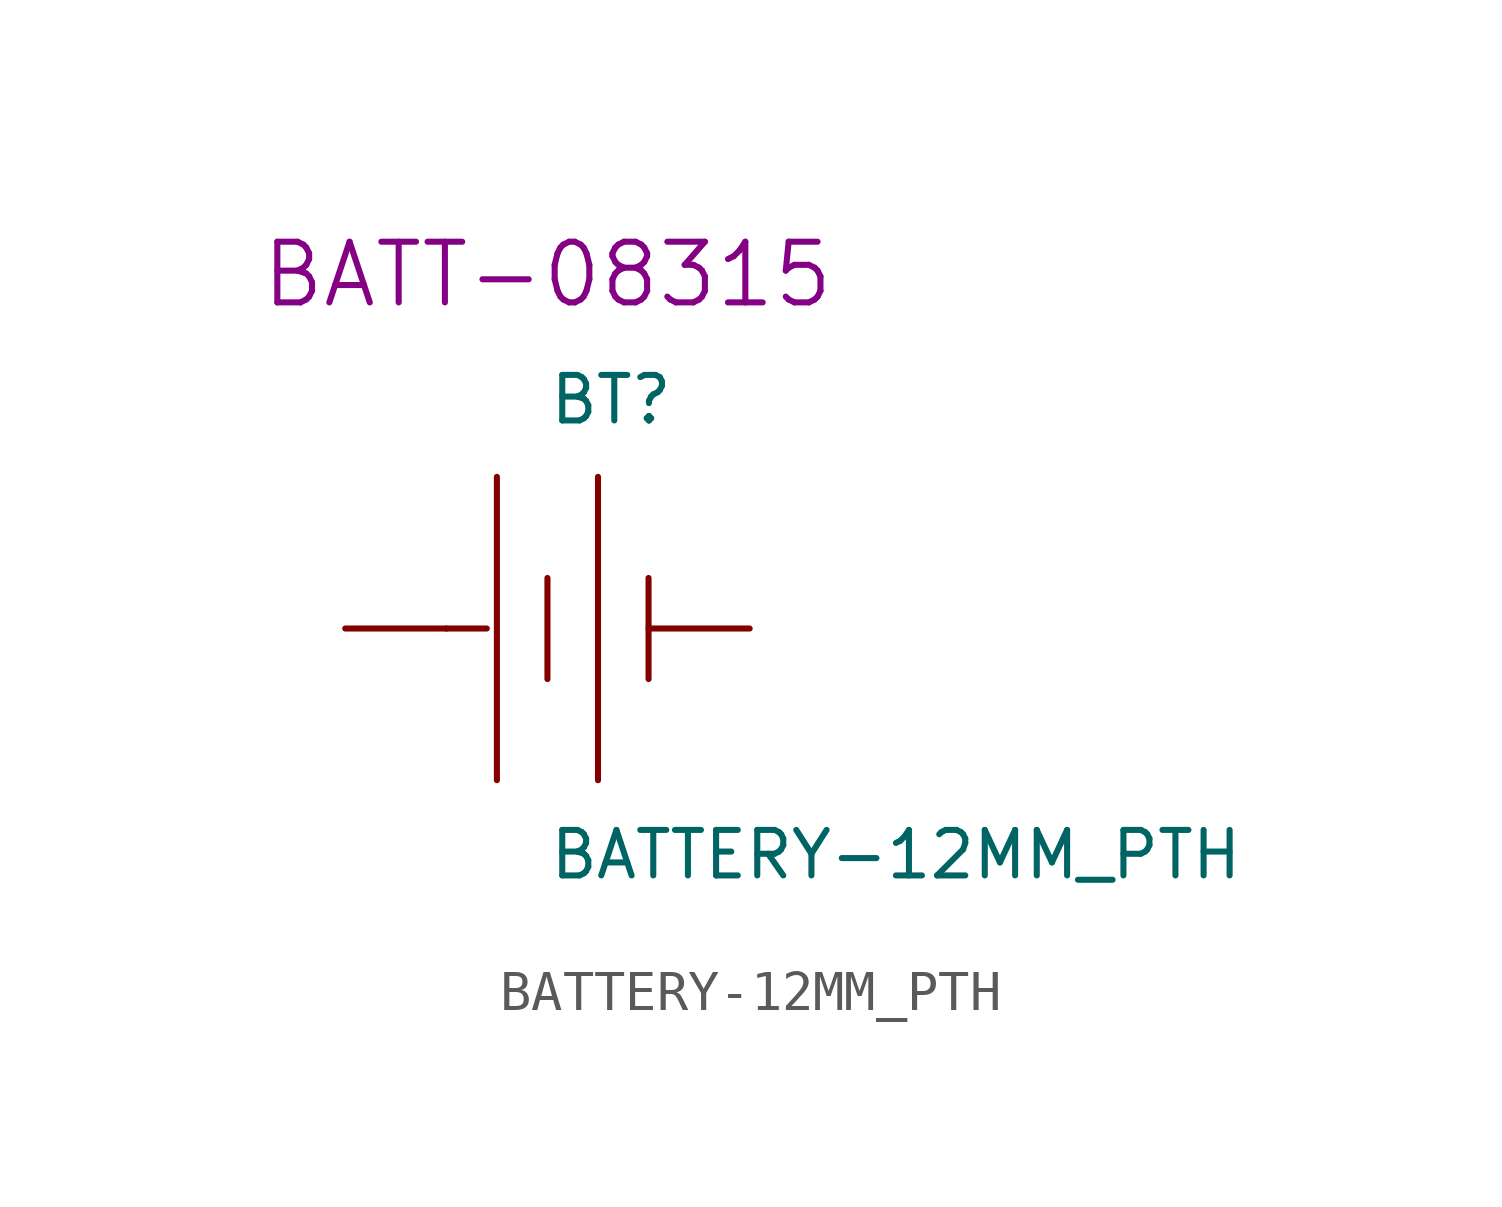
<source format=kicad_sym>
(kicad_symbol_lib
  (version 20211014)
  (generator kicad_symbol_editor)
  (symbol "BATTERY-12MM_PTH"
    (pin_numbers hide)
    (pin_names
      (offset 1.016) hide)
    (property "Reference" "BT"
      (at 0 5.08 0)
      (effects (font (size 1.143 1.143)) (justify left bottom)))
    (property "Value" "BATTERY-12MM_PTH"
      (at 0 -6.35 0)
      (effects (font (size 1.143 1.143)) (justify left bottom)))
    (property "Field4" "BATT-08315"
      (at 0 8.89 0)
      (effects (font (size 1.524 1.524))))
    (property "ki_locked" ""
      (at 0 0 0)
      (effects (font (size 1.27 1.27))))
    (symbol "BATTERY-12MM_PTH_1_0"
      (polyline (pts (xy -2.54 0) (xy -1.524 0)) (stroke (width 0) (type default) (color 0 0 0 0)) (fill (type none)))
      (polyline (pts (xy -1.27 3.81) (xy -1.27 -3.81)) (stroke (width 0) (type default) (color 0 0 0 0)) (fill (type none)))
      (polyline (pts (xy 0 1.27) (xy 0 -1.27)) (stroke (width 0) (type default) (color 0 0 0 0)) (fill (type none)))
      (polyline (pts (xy 1.27 3.81) (xy 1.27 -3.81)) (stroke (width 0) (type default) (color 0 0 0 0)) (fill (type none)))
      (polyline (pts (xy 2.54 1.27) (xy 2.54 -1.27)) (stroke (width 0) (type default) (color 0 0 0 0)) (fill (type none))))
    (symbol "BATTERY-12MM_PTH_1_1"
      (pin power_in line (at 5.08 0 180) (length 2.54) (name "-" (effects (font (size 1.016 1.016)))) (number "GND" (effects (font (size 1.016 1.016)))))
      (pin power_in line (at -5.08 0 0) (length 2.54) (name "+" (effects (font (size 1.016 1.016)))) (number "VCC@" (effects (font (size 1.016 1.016))))))))
</source>
